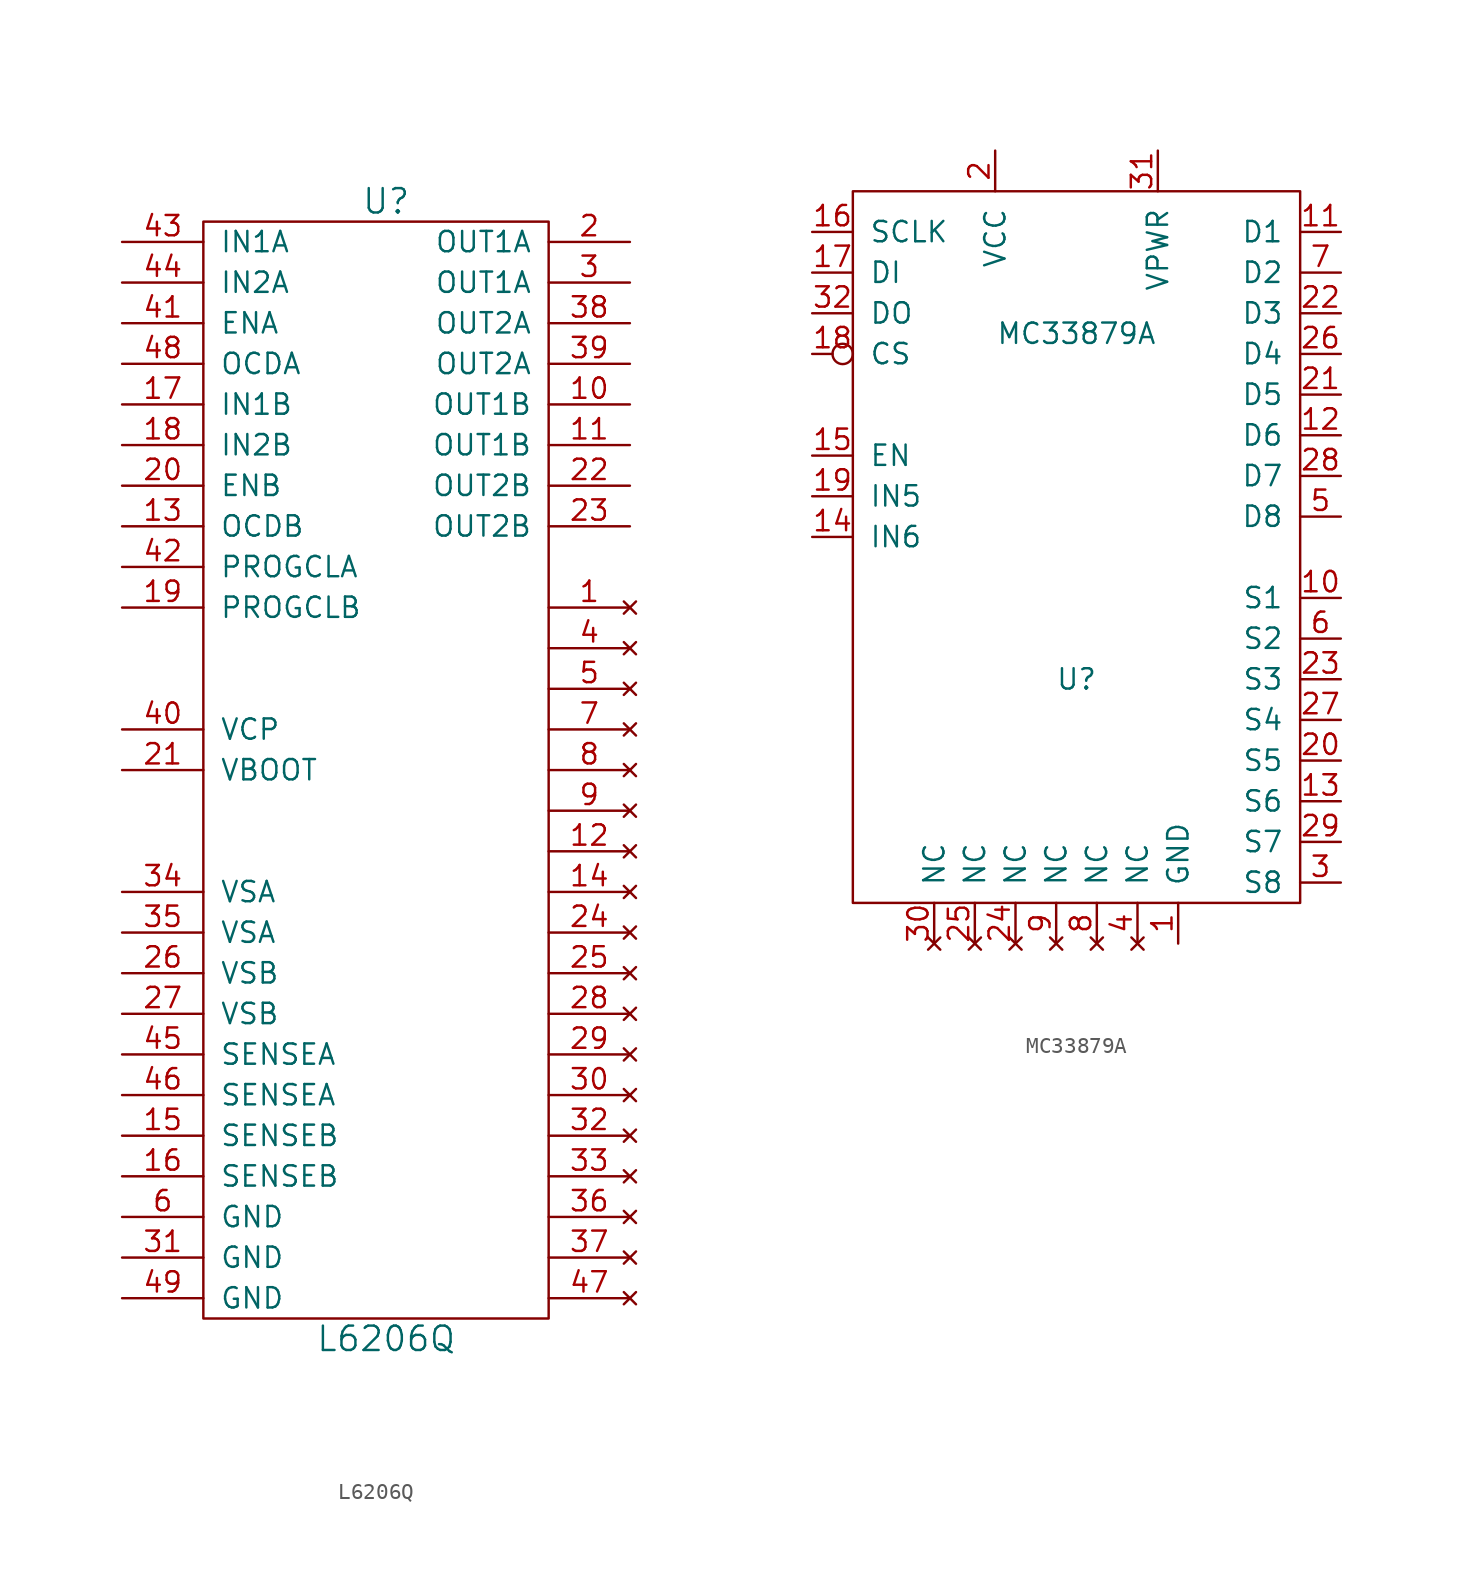
<source format=kicad_sym>
(kicad_symbol_lib
  (version 20211014)
  (generator kicad_symbol_editor)
  (symbol "L6206Q"
    (pin_names
      (offset 1.016))
    (property "Reference" "U"
      (at 0 34.29 0)
      (effects (font (size 1.524 1.524))))
    (property "Value" "L6206Q"
      (at 0 -36.83 0)
      (effects (font (size 1.524 1.524))))
    (symbol "L6206Q_0_1"
      (rectangle (start -11.43 -35.56) (end 10.16 33.02) (stroke (width 0) (type default) (color 0 0 0 0)) (fill (type none))))
    (symbol "L6206Q_1_1"
      (pin no_connect line (at 15.24 8.89 180) (length 5.08) (name "~" (effects (font (size 1.27 1.27)))) (number "1" (effects (font (size 1.27 1.27)))))
      (pin output line (at 15.24 21.59 180) (length 5.08) (name "OUT1B" (effects (font (size 1.27 1.27)))) (number "10" (effects (font (size 1.27 1.27)))))
      (pin output line (at 15.24 19.05 180) (length 5.08) (name "OUT1B" (effects (font (size 1.27 1.27)))) (number "11" (effects (font (size 1.27 1.27)))))
      (pin no_connect line (at 15.24 -6.35 180) (length 5.08) (name "~" (effects (font (size 1.27 1.27)))) (number "12" (effects (font (size 1.27 1.27)))))
      (pin power_in line (at -16.51 13.97 0) (length 5.08) (name "OCDB" (effects (font (size 1.27 1.27)))) (number "13" (effects (font (size 1.27 1.27)))))
      (pin no_connect line (at 15.24 -8.89 180) (length 5.08) (name "~" (effects (font (size 1.27 1.27)))) (number "14" (effects (font (size 1.27 1.27)))))
      (pin power_in line (at -16.51 -24.13 0) (length 5.08) (name "SENSEB" (effects (font (size 1.27 1.27)))) (number "15" (effects (font (size 1.27 1.27)))))
      (pin power_in line (at -16.51 -26.67 0) (length 5.08) (name "SENSEB" (effects (font (size 1.27 1.27)))) (number "16" (effects (font (size 1.27 1.27)))))
      (pin output line (at -16.51 21.59 0) (length 5.08) (name "IN1B" (effects (font (size 1.27 1.27)))) (number "17" (effects (font (size 1.27 1.27)))))
      (pin output line (at -16.51 19.05 0) (length 5.08) (name "IN2B" (effects (font (size 1.27 1.27)))) (number "18" (effects (font (size 1.27 1.27)))))
      (pin power_in line (at -16.51 8.89 0) (length 5.08) (name "PROGCLB" (effects (font (size 1.27 1.27)))) (number "19" (effects (font (size 1.27 1.27)))))
      (pin output line (at 15.24 31.75 180) (length 5.08) (name "OUT1A" (effects (font (size 1.27 1.27)))) (number "2" (effects (font (size 1.27 1.27)))))
      (pin output line (at -16.51 16.51 0) (length 5.08) (name "ENB" (effects (font (size 1.27 1.27)))) (number "20" (effects (font (size 1.27 1.27)))))
      (pin power_in line (at -16.51 -1.27 0) (length 5.08) (name "VBOOT" (effects (font (size 1.27 1.27)))) (number "21" (effects (font (size 1.27 1.27)))))
      (pin output line (at 15.24 16.51 180) (length 5.08) (name "OUT2B" (effects (font (size 1.27 1.27)))) (number "22" (effects (font (size 1.27 1.27)))))
      (pin output line (at 15.24 13.97 180) (length 5.08) (name "OUT2B" (effects (font (size 1.27 1.27)))) (number "23" (effects (font (size 1.27 1.27)))))
      (pin no_connect line (at 15.24 -11.43 180) (length 5.08) (name "~" (effects (font (size 1.27 1.27)))) (number "24" (effects (font (size 1.27 1.27)))))
      (pin no_connect line (at 15.24 -13.97 180) (length 5.08) (name "~" (effects (font (size 1.27 1.27)))) (number "25" (effects (font (size 1.27 1.27)))))
      (pin power_in line (at -16.51 -13.97 0) (length 5.08) (name "VSB" (effects (font (size 1.27 1.27)))) (number "26" (effects (font (size 1.27 1.27)))))
      (pin power_in line (at -16.51 -16.51 0) (length 5.08) (name "VSB" (effects (font (size 1.27 1.27)))) (number "27" (effects (font (size 1.27 1.27)))))
      (pin no_connect line (at 15.24 -16.51 180) (length 5.08) (name "~" (effects (font (size 1.27 1.27)))) (number "28" (effects (font (size 1.27 1.27)))))
      (pin no_connect line (at 15.24 -19.05 180) (length 5.08) (name "~" (effects (font (size 1.27 1.27)))) (number "29" (effects (font (size 1.27 1.27)))))
      (pin output line (at 15.24 29.21 180) (length 5.08) (name "OUT1A" (effects (font (size 1.27 1.27)))) (number "3" (effects (font (size 1.27 1.27)))))
      (pin no_connect line (at 15.24 -21.59 180) (length 5.08) (name "~" (effects (font (size 1.27 1.27)))) (number "30" (effects (font (size 1.27 1.27)))))
      (pin power_in line (at -16.51 -31.75 0) (length 5.08) (name "GND" (effects (font (size 1.27 1.27)))) (number "31" (effects (font (size 1.27 1.27)))))
      (pin no_connect line (at 15.24 -24.13 180) (length 5.08) (name "~" (effects (font (size 1.27 1.27)))) (number "32" (effects (font (size 1.27 1.27)))))
      (pin no_connect line (at 15.24 -26.67 180) (length 5.08) (name "~" (effects (font (size 1.27 1.27)))) (number "33" (effects (font (size 1.27 1.27)))))
      (pin power_in line (at -16.51 -8.89 0) (length 5.08) (name "VSA" (effects (font (size 1.27 1.27)))) (number "34" (effects (font (size 1.27 1.27)))))
      (pin power_in line (at -16.51 -11.43 0) (length 5.08) (name "VSA" (effects (font (size 1.27 1.27)))) (number "35" (effects (font (size 1.27 1.27)))))
      (pin no_connect line (at 15.24 -29.21 180) (length 5.08) (name "~" (effects (font (size 1.27 1.27)))) (number "36" (effects (font (size 1.27 1.27)))))
      (pin no_connect line (at 15.24 -31.75 180) (length 5.08) (name "~" (effects (font (size 1.27 1.27)))) (number "37" (effects (font (size 1.27 1.27)))))
      (pin output line (at 15.24 26.67 180) (length 5.08) (name "OUT2A" (effects (font (size 1.27 1.27)))) (number "38" (effects (font (size 1.27 1.27)))))
      (pin output line (at 15.24 24.13 180) (length 5.08) (name "OUT2A" (effects (font (size 1.27 1.27)))) (number "39" (effects (font (size 1.27 1.27)))))
      (pin no_connect line (at 15.24 6.35 180) (length 5.08) (name "~" (effects (font (size 1.27 1.27)))) (number "4" (effects (font (size 1.27 1.27)))))
      (pin power_in line (at -16.51 1.27 0) (length 5.08) (name "VCP" (effects (font (size 1.27 1.27)))) (number "40" (effects (font (size 1.27 1.27)))))
      (pin output line (at -16.51 26.67 0) (length 5.08) (name "ENA" (effects (font (size 1.27 1.27)))) (number "41" (effects (font (size 1.27 1.27)))))
      (pin power_in line (at -16.51 11.43 0) (length 5.08) (name "PROGCLA" (effects (font (size 1.27 1.27)))) (number "42" (effects (font (size 1.27 1.27)))))
      (pin output line (at -16.51 31.75 0) (length 5.08) (name "IN1A" (effects (font (size 1.27 1.27)))) (number "43" (effects (font (size 1.27 1.27)))))
      (pin output line (at -16.51 29.21 0) (length 5.08) (name "IN2A" (effects (font (size 1.27 1.27)))) (number "44" (effects (font (size 1.27 1.27)))))
      (pin power_in line (at -16.51 -19.05 0) (length 5.08) (name "SENSEA" (effects (font (size 1.27 1.27)))) (number "45" (effects (font (size 1.27 1.27)))))
      (pin power_in line (at -16.51 -21.59 0) (length 5.08) (name "SENSEA" (effects (font (size 1.27 1.27)))) (number "46" (effects (font (size 1.27 1.27)))))
      (pin no_connect line (at 15.24 -34.29 180) (length 5.08) (name "~" (effects (font (size 1.27 1.27)))) (number "47" (effects (font (size 1.27 1.27)))))
      (pin power_in line (at -16.51 24.13 0) (length 5.08) (name "OCDA" (effects (font (size 1.27 1.27)))) (number "48" (effects (font (size 1.27 1.27)))))
      (pin power_in line (at -16.51 -34.29 0) (length 5.08) (name "GND" (effects (font (size 1.27 1.27)))) (number "49" (effects (font (size 1.27 1.27)))))
      (pin no_connect line (at 15.24 3.81 180) (length 5.08) (name "~" (effects (font (size 1.27 1.27)))) (number "5" (effects (font (size 1.27 1.27)))))
      (pin power_in line (at -16.51 -29.21 0) (length 5.08) (name "GND" (effects (font (size 1.27 1.27)))) (number "6" (effects (font (size 1.27 1.27)))))
      (pin no_connect line (at 15.24 1.27 180) (length 5.08) (name "~" (effects (font (size 1.27 1.27)))) (number "7" (effects (font (size 1.27 1.27)))))
      (pin no_connect line (at 15.24 -1.27 180) (length 5.08) (name "~" (effects (font (size 1.27 1.27)))) (number "8" (effects (font (size 1.27 1.27)))))
      (pin no_connect line (at 15.24 -3.81 180) (length 5.08) (name "~" (effects (font (size 1.27 1.27)))) (number "9" (effects (font (size 1.27 1.27)))))))
  (symbol "MC33879A"
    (pin_names
      (offset 1.016))
    (property "Reference" "U"
      (at 0 -7.62 0)
      (effects (font (size 1.27 1.27))))
    (property "Value" "MC33879A"
      (at 0 13.97 0)
      (effects (font (size 1.27 1.27))))
    (symbol "MC33879A_0_1"
      (rectangle (start -13.97 22.86) (end 13.97 -21.59) (stroke (width 0) (type default) (color 0 0 0 0)) (fill (type none))))
    (symbol "MC33879A_1_1"
      (pin input line (at 6.35 -24.13 90) (length 2.54) (name "GND" (effects (font (size 1.27 1.27)))) (number "1" (effects (font (size 1.27 1.27)))))
      (pin input line (at 16.51 -2.54 180) (length 2.54) (name "S1" (effects (font (size 1.27 1.27)))) (number "10" (effects (font (size 1.27 1.27)))))
      (pin input line (at 16.51 20.32 180) (length 2.54) (name "D1" (effects (font (size 1.27 1.27)))) (number "11" (effects (font (size 1.27 1.27)))))
      (pin input line (at 16.51 7.62 180) (length 2.54) (name "D6" (effects (font (size 1.27 1.27)))) (number "12" (effects (font (size 1.27 1.27)))))
      (pin input line (at 16.51 -15.24 180) (length 2.54) (name "S6" (effects (font (size 1.27 1.27)))) (number "13" (effects (font (size 1.27 1.27)))))
      (pin input line (at -16.51 1.27 0) (length 2.54) (name "IN6" (effects (font (size 1.27 1.27)))) (number "14" (effects (font (size 1.27 1.27)))))
      (pin input line (at -16.51 6.35 0) (length 2.54) (name "EN" (effects (font (size 1.27 1.27)))) (number "15" (effects (font (size 1.27 1.27)))))
      (pin input line (at -16.51 20.32 0) (length 2.54) (name "SCLK" (effects (font (size 1.27 1.27)))) (number "16" (effects (font (size 1.27 1.27)))))
      (pin input line (at -16.51 17.78 0) (length 2.54) (name "DI" (effects (font (size 1.27 1.27)))) (number "17" (effects (font (size 1.27 1.27)))))
      (pin input inverted (at -16.51 12.7 0) (length 2.54) (name "CS" (effects (font (size 1.27 1.27)))) (number "18" (effects (font (size 1.27 1.27)))))
      (pin input line (at -16.51 3.81 0) (length 2.54) (name "IN5" (effects (font (size 1.27 1.27)))) (number "19" (effects (font (size 1.27 1.27)))))
      (pin input line (at -5.08 25.4 270) (length 2.54) (name "VCC" (effects (font (size 1.27 1.27)))) (number "2" (effects (font (size 1.27 1.27)))))
      (pin input line (at 16.51 -12.7 180) (length 2.54) (name "S5" (effects (font (size 1.27 1.27)))) (number "20" (effects (font (size 1.27 1.27)))))
      (pin input line (at 16.51 10.16 180) (length 2.54) (name "D5" (effects (font (size 1.27 1.27)))) (number "21" (effects (font (size 1.27 1.27)))))
      (pin input line (at 16.51 15.24 180) (length 2.54) (name "D3" (effects (font (size 1.27 1.27)))) (number "22" (effects (font (size 1.27 1.27)))))
      (pin input line (at 16.51 -7.62 180) (length 2.54) (name "S3" (effects (font (size 1.27 1.27)))) (number "23" (effects (font (size 1.27 1.27)))))
      (pin no_connect line (at -3.81 -24.13 90) (length 2.54) (name "NC" (effects (font (size 1.27 1.27)))) (number "24" (effects (font (size 1.27 1.27)))))
      (pin no_connect line (at -6.35 -24.13 90) (length 2.54) (name "NC" (effects (font (size 1.27 1.27)))) (number "25" (effects (font (size 1.27 1.27)))))
      (pin input line (at 16.51 12.7 180) (length 2.54) (name "D4" (effects (font (size 1.27 1.27)))) (number "26" (effects (font (size 1.27 1.27)))))
      (pin input line (at 16.51 -10.16 180) (length 2.54) (name "S4" (effects (font (size 1.27 1.27)))) (number "27" (effects (font (size 1.27 1.27)))))
      (pin input line (at 16.51 5.08 180) (length 2.54) (name "D7" (effects (font (size 1.27 1.27)))) (number "28" (effects (font (size 1.27 1.27)))))
      (pin input line (at 16.51 -17.78 180) (length 2.54) (name "S7" (effects (font (size 1.27 1.27)))) (number "29" (effects (font (size 1.27 1.27)))))
      (pin input line (at 16.51 -20.32 180) (length 2.54) (name "S8" (effects (font (size 1.27 1.27)))) (number "3" (effects (font (size 1.27 1.27)))))
      (pin no_connect line (at -8.89 -24.13 90) (length 2.54) (name "NC" (effects (font (size 1.27 1.27)))) (number "30" (effects (font (size 1.27 1.27)))))
      (pin input line (at 5.08 25.4 270) (length 2.54) (name "VPWR" (effects (font (size 1.27 1.27)))) (number "31" (effects (font (size 1.27 1.27)))))
      (pin input line (at -16.51 15.24 0) (length 2.54) (name "DO" (effects (font (size 1.27 1.27)))) (number "32" (effects (font (size 1.27 1.27)))))
      (pin no_connect line (at 3.81 -24.13 90) (length 2.54) (name "NC" (effects (font (size 1.27 1.27)))) (number "4" (effects (font (size 1.27 1.27)))))
      (pin input line (at 16.51 2.54 180) (length 2.54) (name "D8" (effects (font (size 1.27 1.27)))) (number "5" (effects (font (size 1.27 1.27)))))
      (pin input line (at 16.51 -5.08 180) (length 2.54) (name "S2" (effects (font (size 1.27 1.27)))) (number "6" (effects (font (size 1.27 1.27)))))
      (pin input line (at 16.51 17.78 180) (length 2.54) (name "D2" (effects (font (size 1.27 1.27)))) (number "7" (effects (font (size 1.27 1.27)))))
      (pin no_connect line (at 1.27 -24.13 90) (length 2.54) (name "NC" (effects (font (size 1.27 1.27)))) (number "8" (effects (font (size 1.27 1.27)))))
      (pin no_connect line (at -1.27 -24.13 90) (length 2.54) (name "NC" (effects (font (size 1.27 1.27)))) (number "9" (effects (font (size 1.27 1.27))))))))
</source>
